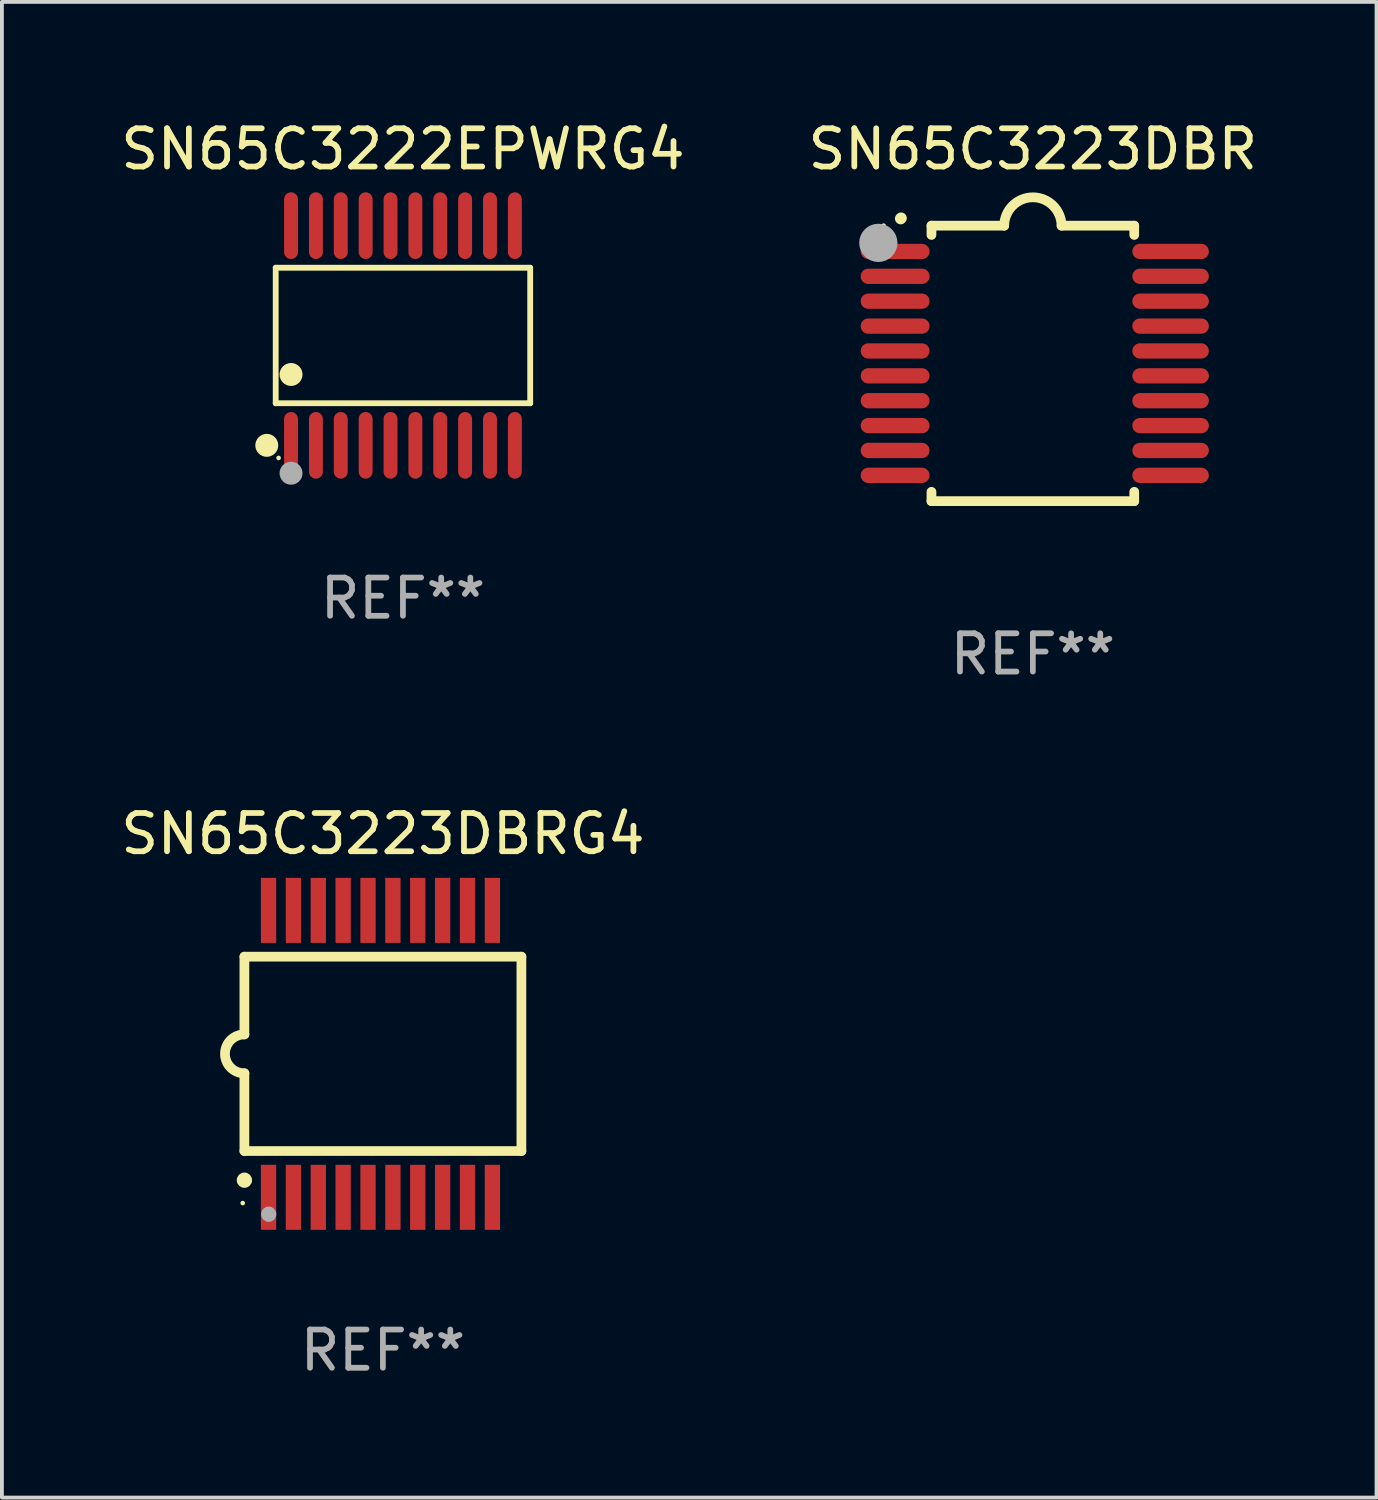
<source format=kicad_pcb>
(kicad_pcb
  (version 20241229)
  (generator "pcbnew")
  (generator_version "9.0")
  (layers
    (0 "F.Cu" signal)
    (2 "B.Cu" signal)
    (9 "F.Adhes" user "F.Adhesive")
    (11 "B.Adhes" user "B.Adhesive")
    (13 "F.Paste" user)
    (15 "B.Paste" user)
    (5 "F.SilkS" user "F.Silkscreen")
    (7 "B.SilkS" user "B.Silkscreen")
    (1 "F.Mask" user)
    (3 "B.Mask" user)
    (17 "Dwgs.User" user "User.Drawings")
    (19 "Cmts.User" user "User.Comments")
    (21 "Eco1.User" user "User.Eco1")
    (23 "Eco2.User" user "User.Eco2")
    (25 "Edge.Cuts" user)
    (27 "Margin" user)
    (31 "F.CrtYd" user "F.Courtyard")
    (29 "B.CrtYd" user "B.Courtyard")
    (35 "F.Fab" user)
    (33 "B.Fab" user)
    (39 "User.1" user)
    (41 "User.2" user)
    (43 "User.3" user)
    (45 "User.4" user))
  (footprint "SN65C3222EPWRG4"
    (layer "F.Cu")
    (at 7.482 5.719)
    (property "Reference" "SN65C3222EPWRG4" (at 0 -4.871 0) (layer "F.SilkS") (effects (font (size 1 1) (thickness 0.15))))
    (attr through_hole)
    (fp_line (start -3.326 -1.771) (end 3.326 -1.771) (stroke (width 0.152) (type solid)) (layer "F.SilkS"))
    (fp_line (start -3.326 1.771) (end -3.326 -1.771) (stroke (width 0.152) (type solid)) (layer "F.SilkS"))
    (fp_line (start 3.326 -1.771) (end 3.326 1.771) (stroke (width 0.152) (type solid)) (layer "F.SilkS"))
    (fp_line (start 3.326 1.771) (end -3.326 1.771) (stroke (width 0.152) (type solid)) (layer "F.SilkS"))
    (fp_circle (center -3.559 2.871) (end -3.409 2.871) (stroke (width 0.3) (type solid)) (fill no) (layer "F.SilkS"))
    (fp_circle (center -3.25 3.2) (end -3.22 3.2) (stroke (width 0.06) (type solid)) (fill no) (layer "F.SilkS"))
    (fp_circle (center -2.925 1.019) (end -2.775 1.019) (stroke (width 0.3) (type solid)) (fill no) (layer "F.SilkS"))
    (fp_circle (center -2.925 3.6) (end -2.775 3.6) (stroke (width 0.3) (type solid)) (fill no) (layer "F.Fab"))
    (fp_text user "REF**" (at 0 6.871 0) (layer "F.Fab") (effects (font (size 1 1) (thickness 0.15))))
    (pad "1" smd oval (at -2.925 2.871) (size 0.364 1.742) (layers "F.Cu" "F.Mask" "F.Paste"))
    (pad "2" smd oval (at -2.275 2.871) (size 0.364 1.742) (layers "F.Cu" "F.Mask" "F.Paste"))
    (pad "3" smd oval (at -1.625 2.871) (size 0.364 1.742) (layers "F.Cu" "F.Mask" "F.Paste"))
    (pad "4" smd oval (at -0.975 2.871) (size 0.364 1.742) (layers "F.Cu" "F.Mask" "F.Paste"))
    (pad "5" smd oval (at -0.325 2.871) (size 0.364 1.742) (layers "F.Cu" "F.Mask" "F.Paste"))
    (pad "6" smd oval (at 0.325 2.871) (size 0.364 1.742) (layers "F.Cu" "F.Mask" "F.Paste"))
    (pad "7" smd oval (at 0.975 2.871) (size 0.364 1.742) (layers "F.Cu" "F.Mask" "F.Paste"))
    (pad "8" smd oval (at 1.625 2.871) (size 0.364 1.742) (layers "F.Cu" "F.Mask" "F.Paste"))
    (pad "9" smd oval (at 2.275 2.871) (size 0.364 1.742) (layers "F.Cu" "F.Mask" "F.Paste"))
    (pad "10" smd oval (at 2.925 2.871) (size 0.364 1.742) (layers "F.Cu" "F.Mask" "F.Paste"))
    (pad "11" smd oval (at 2.925 -2.871) (size 0.364 1.742) (layers "F.Cu" "F.Mask" "F.Paste"))
    (pad "12" smd oval (at 2.275 -2.871) (size 0.364 1.742) (layers "F.Cu" "F.Mask" "F.Paste"))
    (pad "13" smd oval (at 1.625 -2.871) (size 0.364 1.742) (layers "F.Cu" "F.Mask" "F.Paste"))
    (pad "14" smd oval (at 0.975 -2.871) (size 0.364 1.742) (layers "F.Cu" "F.Mask" "F.Paste"))
    (pad "15" smd oval (at 0.325 -2.871) (size 0.364 1.742) (layers "F.Cu" "F.Mask" "F.Paste"))
    (pad "16" smd oval (at -0.325 -2.871) (size 0.364 1.742) (layers "F.Cu" "F.Mask" "F.Paste"))
    (pad "17" smd oval (at -0.975 -2.871) (size 0.364 1.742) (layers "F.Cu" "F.Mask" "F.Paste"))
    (pad "18" smd oval (at -1.625 -2.871) (size 0.364 1.742) (layers "F.Cu" "F.Mask" "F.Paste"))
    (pad "19" smd oval (at -2.275 -2.871) (size 0.364 1.742) (layers "F.Cu" "F.Mask" "F.Paste"))
    (pad "20" smd oval (at -2.925 -2.871) (size 0.364 1.742) (layers "F.Cu" "F.Mask" "F.Paste")))
  (footprint "SN65C3223DBR"
    (layer "F.Cu")
    (at 23.946 6.448)
    (property "Reference" "SN65C3223DBR" (at 0 -5.6 0) (layer "F.SilkS") (effects (font (size 1 1) (thickness 0.15))))
    (attr through_hole)
    (fp_line (start -2.65 -3.6) (end -2.65 -3.357) (stroke (width 0.254) (type solid)) (layer "F.SilkS"))
    (fp_line (start -2.65 -3.6) (end -0.75 -3.6) (stroke (width 0.254) (type solid)) (layer "F.SilkS"))
    (fp_line (start -2.65 3.357) (end -2.65 3.6) (stroke (width 0.254) (type solid)) (layer "F.SilkS"))
    (fp_line (start 2.65 -3.6) (end 0.75 -3.6) (stroke (width 0.254) (type solid)) (layer "F.SilkS"))
    (fp_line (start 2.65 -3.6) (end 2.65 -3.357) (stroke (width 0.254) (type solid)) (layer "F.SilkS"))
    (fp_line (start 2.65 3.357) (end 2.65 3.6) (stroke (width 0.254) (type solid)) (layer "F.SilkS"))
    (fp_line (start 2.65 3.6) (end -2.65 3.6) (stroke (width 0.254) (type solid)) (layer "F.SilkS"))
    (fp_arc (start -3.454407 -3.784608) (mid -3.449499 -3.78986) (end -3.444247 -3.794768) (stroke (width 0.3) (type solid)) (layer "F.SilkS"))
    (fp_arc (start -0.749301 -3.599186) (mid -0.000051 -4.348844) (end 0.750013 -3.6) (stroke (width 0.254001) (type solid)) (layer "F.SilkS"))
    (fp_circle (center -3.9 -3.6) (end -3.87 -3.6) (stroke (width 0.06) (type solid)) (fill no) (layer "F.SilkS"))
    (fp_circle (center -4.039 -3.15) (end -3.789 -3.15) (stroke (width 0.5) (type solid)) (fill no) (layer "F.Fab"))
    (fp_text user "REF**" (at 0 7.6 0) (layer "F.Fab") (effects (font (size 1 1) (thickness 0.15))))
    (pad "1" smd oval (at -3.6 -2.926 90) (size 0.4 1.8) (layers "F.Cu" "F.Mask" "F.Paste"))
    (pad "2" smd oval (at -3.6 -2.276 90) (size 0.4 1.8) (layers "F.Cu" "F.Mask" "F.Paste"))
    (pad "3" smd oval (at -3.6 -1.626 90) (size 0.4 1.8) (layers "F.Cu" "F.Mask" "F.Paste"))
    (pad "4" smd oval (at -3.6 -0.975 90) (size 0.4 1.8) (layers "F.Cu" "F.Mask" "F.Paste"))
    (pad "5" smd oval (at -3.6 -0.325 90) (size 0.4 1.8) (layers "F.Cu" "F.Mask" "F.Paste"))
    (pad "6" smd oval (at -3.6 0.325 90) (size 0.4 1.8) (layers "F.Cu" "F.Mask" "F.Paste"))
    (pad "7" smd oval (at -3.6 0.975 90) (size 0.4 1.8) (layers "F.Cu" "F.Mask" "F.Paste"))
    (pad "8" smd oval (at -3.6 1.626 90) (size 0.4 1.8) (layers "F.Cu" "F.Mask" "F.Paste"))
    (pad "9" smd oval (at -3.6 2.276 90) (size 0.4 1.8) (layers "F.Cu" "F.Mask" "F.Paste"))
    (pad "10" smd oval (at -3.6 2.926 90) (size 0.4 1.8) (layers "F.Cu" "F.Mask" "F.Paste"))
    (pad "11" smd oval (at 3.6 2.926 90) (size 0.4 2) (layers "F.Cu" "F.Mask" "F.Paste"))
    (pad "12" smd oval (at 3.6 2.276 90) (size 0.4 2) (layers "F.Cu" "F.Mask" "F.Paste"))
    (pad "13" smd oval (at 3.6 1.626 90) (size 0.4 2) (layers "F.Cu" "F.Mask" "F.Paste"))
    (pad "14" smd oval (at 3.6 0.975 90) (size 0.4 2) (layers "F.Cu" "F.Mask" "F.Paste"))
    (pad "15" smd oval (at 3.6 0.325 90) (size 0.4 2) (layers "F.Cu" "F.Mask" "F.Paste"))
    (pad "16" smd oval (at 3.6 -0.325 90) (size 0.4 2) (layers "F.Cu" "F.Mask" "F.Paste"))
    (pad "17" smd oval (at 3.6 -0.975 90) (size 0.4 2) (layers "F.Cu" "F.Mask" "F.Paste"))
    (pad "18" smd oval (at 3.6 -1.626 90) (size 0.4 2) (layers "F.Cu" "F.Mask" "F.Paste"))
    (pad "19" smd oval (at 3.6 -2.276 90) (size 0.4 2) (layers "F.Cu" "F.Mask" "F.Paste"))
    (pad "20" smd oval (at 3.6 -2.926 90) (size 0.4 2) (layers "F.Cu" "F.Mask" "F.Paste")))
  (footprint "SN65C3223DBRG4"
    (layer "F.Cu")
    (at 6.958 24.495)
    (property "Reference" "SN65C3223DBRG4" (at 0 -5.75 0) (layer "F.SilkS") (effects (font (size 1 1) (thickness 0.15))))
    (attr through_hole)
    (fp_line (start -3.62 -2.54) (end 3.62 -2.54) (stroke (width 0.254) (type solid)) (layer "F.SilkS"))
    (fp_line (start -3.62 -0.508) (end -3.62 -2.54) (stroke (width 0.254) (type solid)) (layer "F.SilkS"))
    (fp_line (start -3.62 2.54) (end -3.62 0.508) (stroke (width 0.254) (type solid)) (layer "F.SilkS"))
    (fp_line (start 3.62 -2.54) (end 3.62 2.54) (stroke (width 0.254) (type solid)) (layer "F.SilkS"))
    (fp_line (start 3.62 2.54) (end -3.62 2.54) (stroke (width 0.254) (type solid)) (layer "F.SilkS"))
    (fp_arc (start -3.619507 0.508052) (mid -4.125607 0.000051) (end -3.619507 -0.50795) (stroke (width 0.254001) (type solid)) (layer "F.SilkS"))
    (fp_circle (center -3.664 3.9) (end -3.634 3.9) (stroke (width 0.06) (type solid)) (fill no) (layer "F.SilkS"))
    (fp_circle (center -3.62 3.302) (end -3.52 3.302) (stroke (width 0.2) (type solid)) (fill no) (layer "F.SilkS"))
    (fp_circle (center -2.985 4.191) (end -2.885 4.191) (stroke (width 0.2) (type solid)) (fill no) (layer "F.Fab"))
    (fp_text user "REF**" (at 0 7.75 0) (layer "F.Fab") (effects (font (size 1 1) (thickness 0.15))))
    (pad "1" smd rect (at -2.989 3.75) (size 0.4 1.7) (layers "F.Cu" "F.Mask" "F.Paste"))
    (pad "2" smd rect (at -2.339 3.75) (size 0.4 1.7) (layers "F.Cu" "F.Mask" "F.Paste"))
    (pad "3" smd rect (at -1.689 3.75) (size 0.4 1.7) (layers "F.Cu" "F.Mask" "F.Paste"))
    (pad "4" smd rect (at -1.039 3.75) (size 0.4 1.7) (layers "F.Cu" "F.Mask" "F.Paste"))
    (pad "5" smd rect (at -0.389 3.75) (size 0.4 1.7) (layers "F.Cu" "F.Mask" "F.Paste"))
    (pad "6" smd rect (at 0.261 3.75) (size 0.4 1.7) (layers "F.Cu" "F.Mask" "F.Paste"))
    (pad "7" smd rect (at 0.911 3.75) (size 0.4 1.7) (layers "F.Cu" "F.Mask" "F.Paste"))
    (pad "8" smd rect (at 1.561 3.75) (size 0.4 1.7) (layers "F.Cu" "F.Mask" "F.Paste"))
    (pad "9" smd rect (at 2.211 3.75) (size 0.4 1.7) (layers "F.Cu" "F.Mask" "F.Paste"))
    (pad "10" smd rect (at 2.862 3.75) (size 0.4 1.7) (layers "F.Cu" "F.Mask" "F.Paste"))
    (pad "11" smd rect (at 2.862 -3.75) (size 0.4 1.7) (layers "F.Cu" "F.Mask" "F.Paste"))
    (pad "12" smd rect (at 2.211 -3.75) (size 0.4 1.7) (layers "F.Cu" "F.Mask" "F.Paste"))
    (pad "13" smd rect (at 1.561 -3.75) (size 0.4 1.7) (layers "F.Cu" "F.Mask" "F.Paste"))
    (pad "14" smd rect (at 0.911 -3.75) (size 0.4 1.7) (layers "F.Cu" "F.Mask" "F.Paste"))
    (pad "15" smd rect (at 0.261 -3.75) (size 0.4 1.7) (layers "F.Cu" "F.Mask" "F.Paste"))
    (pad "16" smd rect (at -0.389 -3.75) (size 0.4 1.7) (layers "F.Cu" "F.Mask" "F.Paste"))
    (pad "17" smd rect (at -1.039 -3.75) (size 0.4 1.7) (layers "F.Cu" "F.Mask" "F.Paste"))
    (pad "18" smd rect (at -1.689 -3.75) (size 0.4 1.7) (layers "F.Cu" "F.Mask" "F.Paste"))
    (pad "19" smd rect (at -2.339 -3.75) (size 0.4 1.7) (layers "F.Cu" "F.Mask" "F.Paste"))
    (pad "20" smd rect (at -2.989 -3.75) (size 0.4 1.7) (layers "F.Cu" "F.Mask" "F.Paste")))
  (gr_rect
    (start -3 -3)
    (end 32.929 36.093)
    (stroke (width 0.1) (type default))
    (fill no)
    (layer "Edge.Cuts")))
</source>
